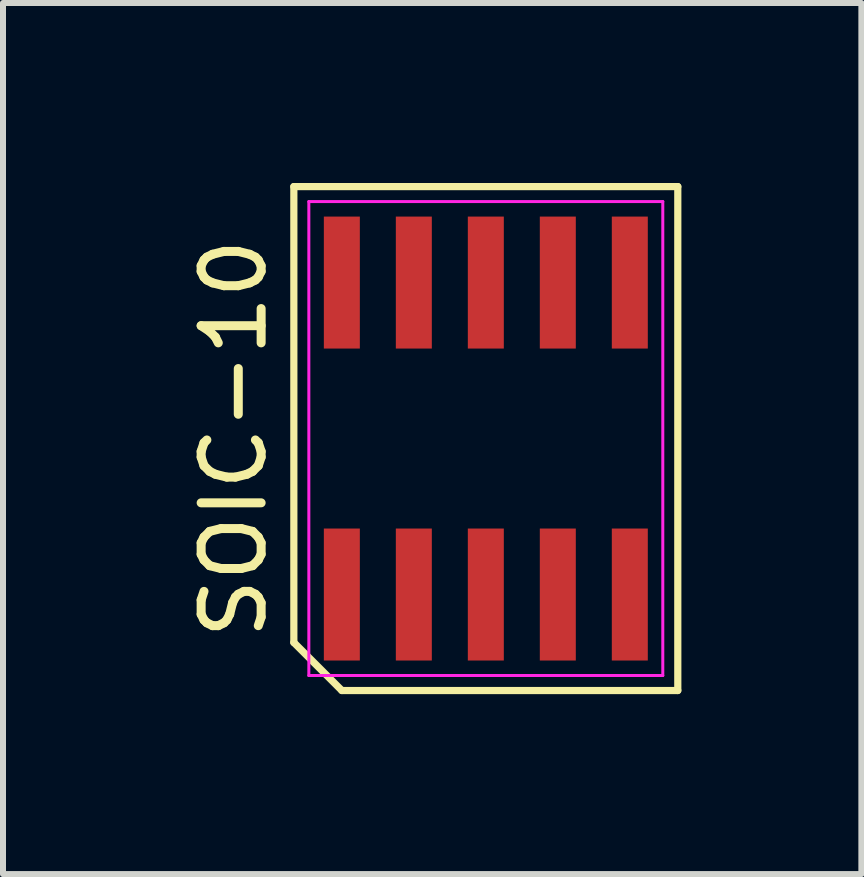
<source format=kicad_pcb>
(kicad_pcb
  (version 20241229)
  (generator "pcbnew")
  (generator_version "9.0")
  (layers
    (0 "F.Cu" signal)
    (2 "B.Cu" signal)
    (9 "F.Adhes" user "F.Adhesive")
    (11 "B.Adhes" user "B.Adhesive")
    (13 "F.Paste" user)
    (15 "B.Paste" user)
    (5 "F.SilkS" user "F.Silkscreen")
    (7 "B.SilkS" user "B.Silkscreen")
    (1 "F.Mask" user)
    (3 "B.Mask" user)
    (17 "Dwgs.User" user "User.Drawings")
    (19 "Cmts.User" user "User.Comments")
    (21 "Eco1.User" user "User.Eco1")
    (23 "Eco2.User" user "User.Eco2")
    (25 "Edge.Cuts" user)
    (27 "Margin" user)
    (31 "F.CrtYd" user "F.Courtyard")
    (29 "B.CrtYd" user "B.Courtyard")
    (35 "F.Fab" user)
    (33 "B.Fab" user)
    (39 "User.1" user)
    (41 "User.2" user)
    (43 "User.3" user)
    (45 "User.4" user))
  (footprint "SOIC-10"
    (layer "F.Cu")
    (at 5.048 4.26)
    (property "Reference" "SOIC-10" (at -4.2 0 90) (layer "F.SilkS") (effects (font (size 1 1) (thickness 0.15))))
    (attr through_hole)
    (fp_line (start -3.2 -4.2) (end 3.2 -4.2) (stroke (width 0.12) (type solid)) (layer "F.SilkS"))
    (fp_line (start -3.2 3.4) (end -3.2 -4.2) (stroke (width 0.12) (type solid)) (layer "F.SilkS"))
    (fp_line (start -2.4 4.2) (end -3.2 3.4) (stroke (width 0.12) (type solid)) (layer "F.SilkS"))
    (fp_line (start 3.2 -4.2) (end 3.2 4.2) (stroke (width 0.12) (type solid)) (layer "F.SilkS"))
    (fp_line (start 3.2 4.2) (end -2.4 4.2) (stroke (width 0.12) (type solid)) (layer "F.SilkS"))
    (fp_line (start -2.95 -3.95) (end 2.95 -3.95) (stroke (width 0.05) (type solid)) (layer "F.CrtYd"))
    (fp_line (start -2.95 3.95) (end -2.95 -3.95) (stroke (width 0.05) (type solid)) (layer "F.CrtYd"))
    (fp_line (start 2.95 -3.95) (end 2.95 3.95) (stroke (width 0.05) (type solid)) (layer "F.CrtYd"))
    (fp_line (start 2.95 3.95) (end -2.95 3.95) (stroke (width 0.05) (type solid)) (layer "F.CrtYd"))
    (pad "1" smd rect (at -2.4 2.6) (size 0.6 2.2) (layers "F.Cu" "F.Mask" "F.Paste"))
    (pad "2" smd rect (at -1.2 2.6) (size 0.6 2.2) (layers "F.Cu" "F.Mask" "F.Paste"))
    (pad "3" smd rect (at 0 2.6) (size 0.6 2.2) (layers "F.Cu" "F.Mask" "F.Paste"))
    (pad "4" smd rect (at 1.2 2.6) (size 0.6 2.2) (layers "F.Cu" "F.Mask" "F.Paste"))
    (pad "5" smd rect (at 2.4 2.6) (size 0.6 2.2) (layers "F.Cu" "F.Mask" "F.Paste"))
    (pad "6" smd rect (at 2.4 -2.6) (size 0.6 2.2) (layers "F.Cu" "F.Mask" "F.Paste"))
    (pad "7" smd rect (at 1.2 -2.6) (size 0.6 2.2) (layers "F.Cu" "F.Mask" "F.Paste"))
    (pad "8" smd rect (at 0 -2.6) (size 0.6 2.2) (layers "F.Cu" "F.Mask" "F.Paste"))
    (pad "9" smd rect (at -1.2 -2.6) (size 0.6 2.2) (layers "F.Cu" "F.Mask" "F.Paste"))
    (pad "10" smd rect (at -2.4 -2.6) (size 0.6 2.2) (layers "F.Cu" "F.Mask" "F.Paste")))
  (gr_rect
    (start -3 -3)
    (end 11.308 11.52)
    (stroke (width 0.1) (type default))
    (fill no)
    (layer "Edge.Cuts")))
</source>
